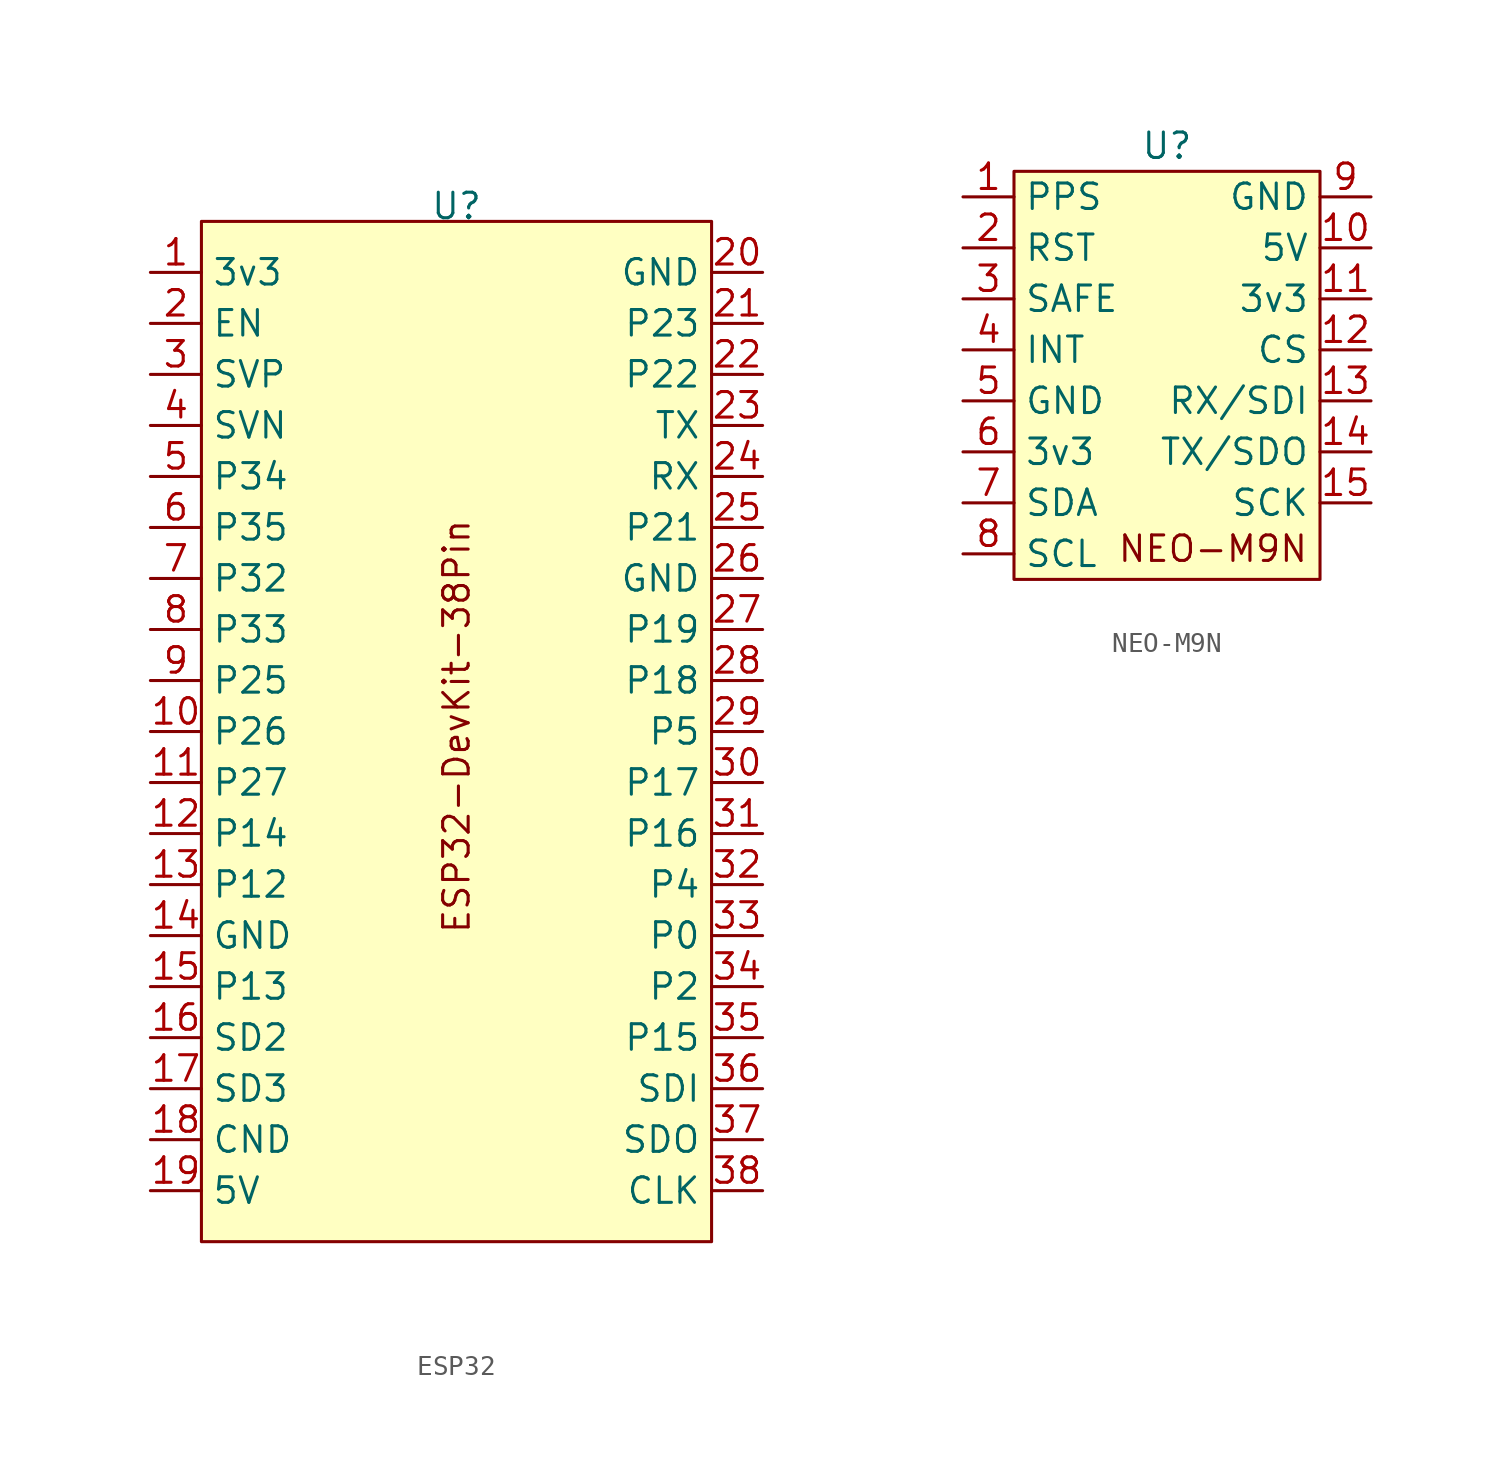
<source format=kicad_sym>
(kicad_symbol_lib
  (version 20241209)
  (generator "kicad_symbol_editor")
  (generator_version "9.0")
  (symbol "ESP32"
    (property "Reference" "U"
      (at 0 26.162 0)
      (effects (font (size 1.27 1.27))))
    (property "Value" ""
      (at 0 0 0)
      (effects (font (size 1.27 1.27))))
    (symbol "ESP32_1_1"
      (rectangle (start -12.7 25.4) (end 12.7 -25.4) (stroke (width 0) (type solid)) (fill (type background)))
      (text "ESP32-DevKit-38Pin" (at 0 0.254 900) (effects (font (size 1.27 1.27))))
      (pin input line (at -15.24 22.86 0) (length 2.54) (name "3v3" (effects (font (size 1.27 1.27)))) (number "1" (effects (font (size 1.27 1.27)))))
      (pin input line (at -15.24 20.32 0) (length 2.54) (name "EN" (effects (font (size 1.27 1.27)))) (number "2" (effects (font (size 1.27 1.27)))))
      (pin input line (at -15.24 17.78 0) (length 2.54) (name "SVP" (effects (font (size 1.27 1.27)))) (number "3" (effects (font (size 1.27 1.27)))))
      (pin input line (at -15.24 15.24 0) (length 2.54) (name "SVN" (effects (font (size 1.27 1.27)))) (number "4" (effects (font (size 1.27 1.27)))))
      (pin input line (at -15.24 12.7 0) (length 2.54) (name "P34" (effects (font (size 1.27 1.27)))) (number "5" (effects (font (size 1.27 1.27)))))
      (pin input line (at -15.24 10.16 0) (length 2.54) (name "P35" (effects (font (size 1.27 1.27)))) (number "6" (effects (font (size 1.27 1.27)))))
      (pin input line (at -15.24 7.62 0) (length 2.54) (name "P32" (effects (font (size 1.27 1.27)))) (number "7" (effects (font (size 1.27 1.27)))))
      (pin input line (at -15.24 5.08 0) (length 2.54) (name "P33" (effects (font (size 1.27 1.27)))) (number "8" (effects (font (size 1.27 1.27)))))
      (pin input line (at -15.24 2.54 0) (length 2.54) (name "P25" (effects (font (size 1.27 1.27)))) (number "9" (effects (font (size 1.27 1.27)))))
      (pin input line (at -15.24 0 0) (length 2.54) (name "P26" (effects (font (size 1.27 1.27)))) (number "10" (effects (font (size 1.27 1.27)))))
      (pin input line (at -15.24 -2.54 0) (length 2.54) (name "P27" (effects (font (size 1.27 1.27)))) (number "11" (effects (font (size 1.27 1.27)))))
      (pin input line (at -15.24 -5.08 0) (length 2.54) (name "P14" (effects (font (size 1.27 1.27)))) (number "12" (effects (font (size 1.27 1.27)))))
      (pin input line (at -15.24 -7.62 0) (length 2.54) (name "P12" (effects (font (size 1.27 1.27)))) (number "13" (effects (font (size 1.27 1.27)))))
      (pin input line (at -15.24 -10.16 0) (length 2.54) (name "GND" (effects (font (size 1.27 1.27)))) (number "14" (effects (font (size 1.27 1.27)))))
      (pin input line (at -15.24 -12.7 0) (length 2.54) (name "P13" (effects (font (size 1.27 1.27)))) (number "15" (effects (font (size 1.27 1.27)))))
      (pin input line (at -15.24 -15.24 0) (length 2.54) (name "SD2" (effects (font (size 1.27 1.27)))) (number "16" (effects (font (size 1.27 1.27)))))
      (pin input line (at -15.24 -17.78 0) (length 2.54) (name "SD3" (effects (font (size 1.27 1.27)))) (number "17" (effects (font (size 1.27 1.27)))))
      (pin input line (at -15.24 -20.32 0) (length 2.54) (name "CND" (effects (font (size 1.27 1.27)))) (number "18" (effects (font (size 1.27 1.27)))))
      (pin input line (at -15.24 -22.86 0) (length 2.54) (name "5V" (effects (font (size 1.27 1.27)))) (number "19" (effects (font (size 1.27 1.27)))))
      (pin input line (at 15.24 22.86 180) (length 2.54) (name "GND" (effects (font (size 1.27 1.27)))) (number "20" (effects (font (size 1.27 1.27)))))
      (pin input line (at 15.24 20.32 180) (length 2.54) (name "P23" (effects (font (size 1.27 1.27)))) (number "21" (effects (font (size 1.27 1.27)))))
      (pin input line (at 15.24 17.78 180) (length 2.54) (name "P22" (effects (font (size 1.27 1.27)))) (number "22" (effects (font (size 1.27 1.27)))))
      (pin input line (at 15.24 15.24 180) (length 2.54) (name "TX" (effects (font (size 1.27 1.27)))) (number "23" (effects (font (size 1.27 1.27)))))
      (pin input line (at 15.24 12.7 180) (length 2.54) (name "RX" (effects (font (size 1.27 1.27)))) (number "24" (effects (font (size 1.27 1.27)))))
      (pin input line (at 15.24 10.16 180) (length 2.54) (name "P21" (effects (font (size 1.27 1.27)))) (number "25" (effects (font (size 1.27 1.27)))))
      (pin input line (at 15.24 7.62 180) (length 2.54) (name "GND" (effects (font (size 1.27 1.27)))) (number "26" (effects (font (size 1.27 1.27)))))
      (pin input line (at 15.24 5.08 180) (length 2.54) (name "P19" (effects (font (size 1.27 1.27)))) (number "27" (effects (font (size 1.27 1.27)))))
      (pin input line (at 15.24 2.54 180) (length 2.54) (name "P18" (effects (font (size 1.27 1.27)))) (number "28" (effects (font (size 1.27 1.27)))))
      (pin input line (at 15.24 0 180) (length 2.54) (name "P5" (effects (font (size 1.27 1.27)))) (number "29" (effects (font (size 1.27 1.27)))))
      (pin input line (at 15.24 -2.54 180) (length 2.54) (name "P17" (effects (font (size 1.27 1.27)))) (number "30" (effects (font (size 1.27 1.27)))))
      (pin input line (at 15.24 -5.08 180) (length 2.54) (name "P16" (effects (font (size 1.27 1.27)))) (number "31" (effects (font (size 1.27 1.27)))))
      (pin input line (at 15.24 -7.62 180) (length 2.54) (name "P4" (effects (font (size 1.27 1.27)))) (number "32" (effects (font (size 1.27 1.27)))))
      (pin input line (at 15.24 -10.16 180) (length 2.54) (name "P0" (effects (font (size 1.27 1.27)))) (number "33" (effects (font (size 1.27 1.27)))))
      (pin input line (at 15.24 -12.7 180) (length 2.54) (name "P2" (effects (font (size 1.27 1.27)))) (number "34" (effects (font (size 1.27 1.27)))))
      (pin input line (at 15.24 -15.24 180) (length 2.54) (name "P15" (effects (font (size 1.27 1.27)))) (number "35" (effects (font (size 1.27 1.27)))))
      (pin input line (at 15.24 -17.78 180) (length 2.54) (name "SDI" (effects (font (size 1.27 1.27)))) (number "36" (effects (font (size 1.27 1.27)))))
      (pin input line (at 15.24 -20.32 180) (length 2.54) (name "SDO" (effects (font (size 1.27 1.27)))) (number "37" (effects (font (size 1.27 1.27)))))
      (pin input line (at 15.24 -22.86 180) (length 2.54) (name "CLK" (effects (font (size 1.27 1.27)))) (number "38" (effects (font (size 1.27 1.27)))))))
  (symbol "NEO-M9N"
    (property "Reference" "U"
      (at 0 11.43 0)
      (effects (font (size 1.27 1.27))))
    (property "Value" ""
      (at 0 0 0)
      (effects (font (size 1.27 1.27))))
    (symbol "NEO-M9N_1_1"
      (rectangle (start -7.62 10.16) (end 7.62 -10.16) (stroke (width 0) (type solid)) (fill (type background)))
      (text "NEO-M9N" (at 2.286 -8.636 0) (effects (font (size 1.27 1.27))))
      (pin input line (at -10.16 8.89 0) (length 2.54) (name "PPS" (effects (font (size 1.27 1.27)))) (number "1" (effects (font (size 1.27 1.27)))))
      (pin input line (at -10.16 6.35 0) (length 2.54) (name "RST" (effects (font (size 1.27 1.27)))) (number "2" (effects (font (size 1.27 1.27)))))
      (pin input line (at -10.16 3.81 0) (length 2.54) (name "SAFE" (effects (font (size 1.27 1.27)))) (number "3" (effects (font (size 1.27 1.27)))))
      (pin input line (at -10.16 1.27 0) (length 2.54) (name "INT" (effects (font (size 1.27 1.27)))) (number "4" (effects (font (size 1.27 1.27)))))
      (pin input line (at -10.16 -1.27 0) (length 2.54) (name "GND" (effects (font (size 1.27 1.27)))) (number "5" (effects (font (size 1.27 1.27)))))
      (pin input line (at -10.16 -3.81 0) (length 2.54) (name "3v3" (effects (font (size 1.27 1.27)))) (number "6" (effects (font (size 1.27 1.27)))))
      (pin input line (at -10.16 -6.35 0) (length 2.54) (name "SDA" (effects (font (size 1.27 1.27)))) (number "7" (effects (font (size 1.27 1.27)))))
      (pin input line (at -10.16 -8.89 0) (length 2.54) (name "SCL" (effects (font (size 1.27 1.27)))) (number "8" (effects (font (size 1.27 1.27)))))
      (pin input line (at 10.16 8.89 180) (length 2.54) (name "GND" (effects (font (size 1.27 1.27)))) (number "9" (effects (font (size 1.27 1.27)))))
      (pin input line (at 10.16 6.35 180) (length 2.54) (name "5V" (effects (font (size 1.27 1.27)))) (number "10" (effects (font (size 1.27 1.27)))))
      (pin input line (at 10.16 3.81 180) (length 2.54) (name "3v3" (effects (font (size 1.27 1.27)))) (number "11" (effects (font (size 1.27 1.27)))))
      (pin input line (at 10.16 1.27 180) (length 2.54) (name "CS" (effects (font (size 1.27 1.27)))) (number "12" (effects (font (size 1.27 1.27)))))
      (pin input line (at 10.16 -1.27 180) (length 2.54) (name "RX/SDI" (effects (font (size 1.27 1.27)))) (number "13" (effects (font (size 1.27 1.27)))))
      (pin input line (at 10.16 -3.81 180) (length 2.54) (name "TX/SDO" (effects (font (size 1.27 1.27)))) (number "14" (effects (font (size 1.27 1.27)))))
      (pin input line (at 10.16 -6.35 180) (length 2.54) (name "SCK" (effects (font (size 1.27 1.27)))) (number "15" (effects (font (size 1.27 1.27))))))))
</source>
